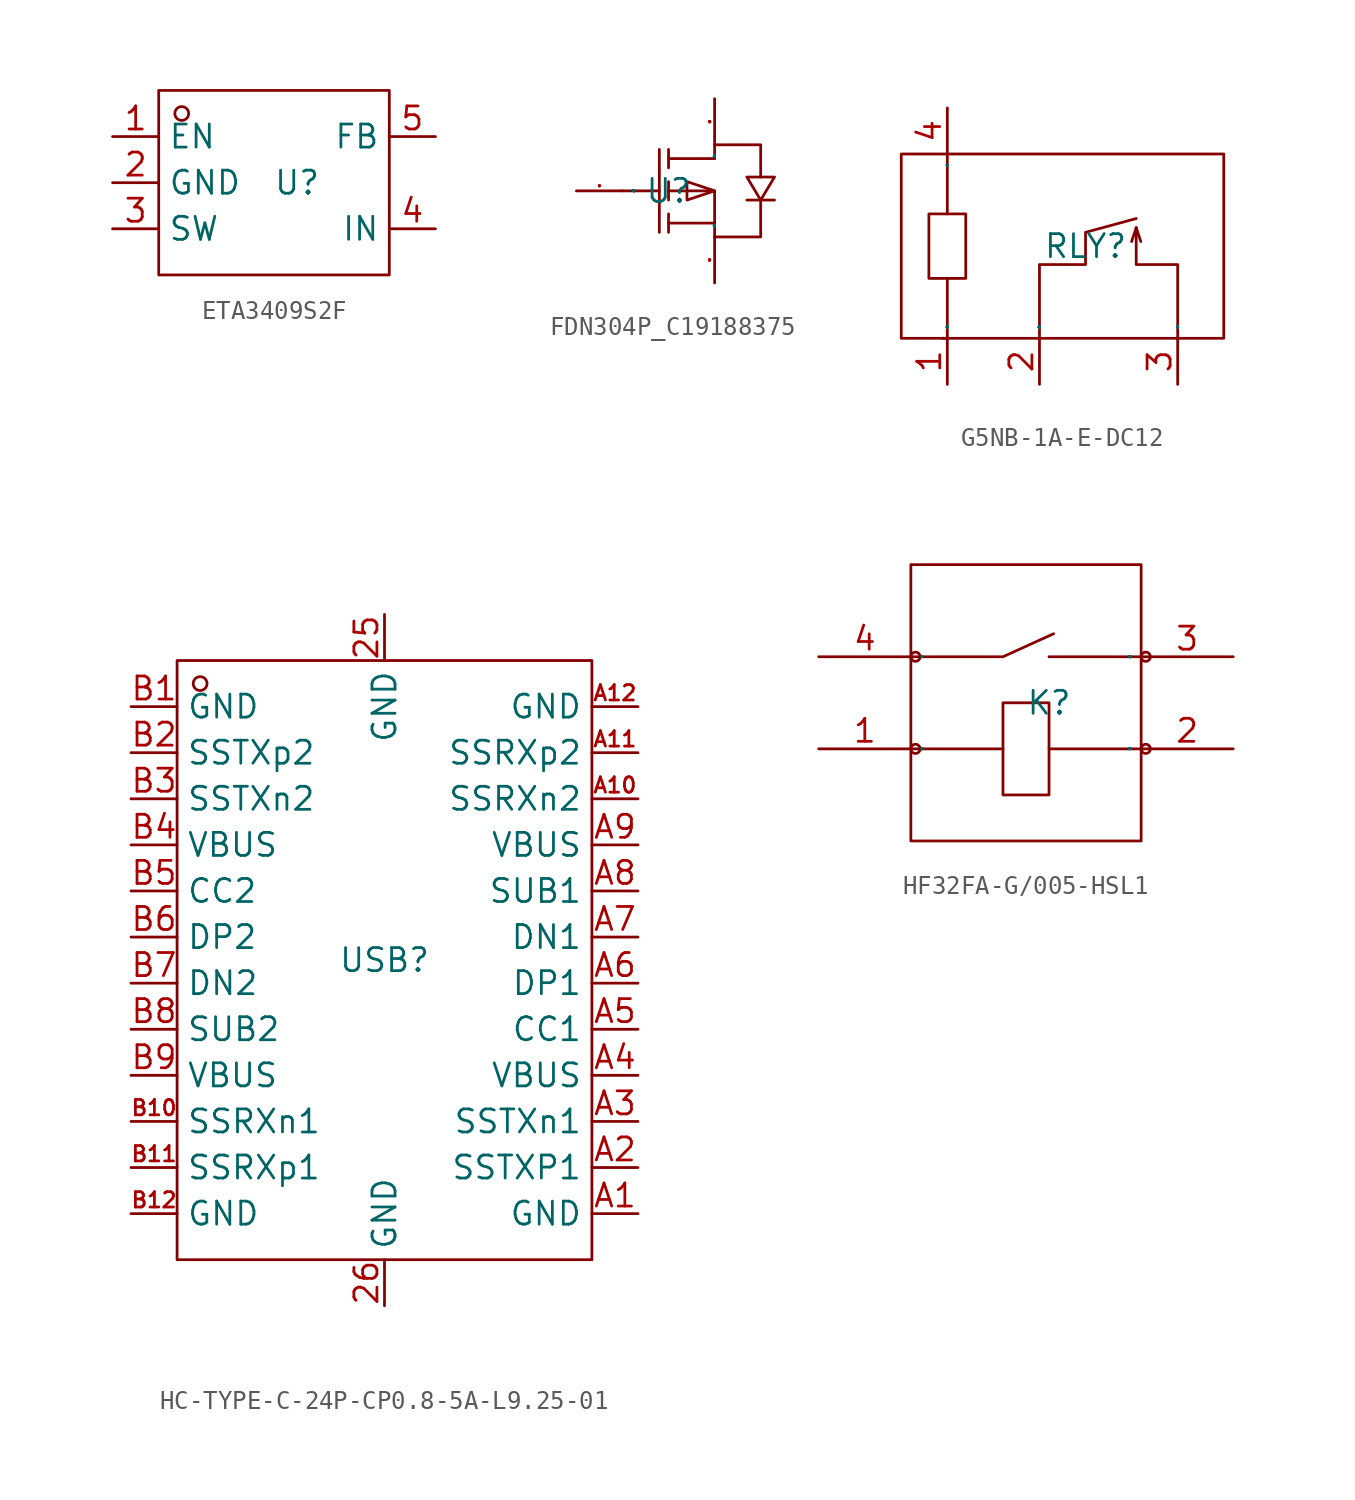
<source format=kicad_sym>
(kicad_symbol_lib
  (version 20231120)
  (generator "kicad_symbol_editor")
  (generator_version "8.0")
  (symbol "ETA3409S2F"
    (property "Reference" "U"
      (at 0 0 0)
      (effects (font (size 1.27 1.27))))
    (property "Value" ""
      (at 0 0 0)
      (effects (font (size 1.27 1.27))))
    (symbol "ETA3409S2F_1_0"
      (rectangle (start -7.62 -5.08) (end 5.08 5.08) (stroke (width 0) (type default)) (fill (type none)))
      (circle (center -6.35 3.81) (radius 0.381) (stroke (width 0) (type default)) (fill (type none)))
      (pin input line (at -10.16 2.54 0) (length 2.54) (name "EN" (effects (font (size 1.27 1.27)))) (number "1" (effects (font (size 1.27 1.27)))))
      (pin input line (at -10.16 0 0) (length 2.54) (name "GND" (effects (font (size 1.27 1.27)))) (number "2" (effects (font (size 1.27 1.27)))))
      (pin input line (at -10.16 -2.54 0) (length 2.54) (name "SW" (effects (font (size 1.27 1.27)))) (number "3" (effects (font (size 1.27 1.27)))))
      (pin input line (at 7.62 -2.54 180) (length 2.54) (name "IN" (effects (font (size 1.27 1.27)))) (number "4" (effects (font (size 1.27 1.27)))))
      (pin input line (at 7.62 2.54 180) (length 2.54) (name "FB" (effects (font (size 1.27 1.27)))) (number "5" (effects (font (size 1.27 1.27)))))))
  (symbol "FDN304P_C19188375"
    (property "Reference" "U"
      (at 0 0 0)
      (effects (font (size 1.27 1.27))))
    (property "Value" ""
      (at 0 0 0)
      (effects (font (size 1.27 1.27))))
    (symbol "FDN304P_C19188375_1_0"
      (polyline (pts (xy -2.54 0) (xy -0.508 0)) (stroke (width 0) (type default)) (fill (type none)))
      (polyline (pts (xy -0.508 2.286) (xy -0.508 -2.286)) (stroke (width 0) (type default)) (fill (type none)))
      (polyline (pts (xy 0 -2.286) (xy 0 -1.27)) (stroke (width 0) (type default)) (fill (type none)))
      (polyline (pts (xy 0 -0.508) (xy 0 0.508)) (stroke (width 0) (type default)) (fill (type none)))
      (polyline (pts (xy 0 1.27) (xy 0 2.286)) (stroke (width 0) (type default)) (fill (type none)))
      (polyline (pts (xy 2.54 -1.778) (xy 0 -1.778)) (stroke (width 0) (type default)) (fill (type none)))
      (polyline (pts (xy 2.54 1.778) (xy 0 1.778)) (stroke (width 0) (type default)) (fill (type none)))
      (polyline (pts (xy 0 0) (xy 2.54 0) (xy 2.54 0) (xy 2.54 -2.54)) (stroke (width 0) (type default)) (fill (type none)))
      (polyline (pts (xy 2.54 -2.54) (xy 5.08 -2.54) (xy 5.08 -2.54) (xy 5.08 -0.508)) (stroke (width 0) (type default)) (fill (type none)))
      (polyline (pts (xy 2.54 0) (xy 1.016 0.508) (xy 1.016 0.508) (xy 1.016 -0.508) (xy 1.016 -0.508) (xy 2.54 0)) (stroke (width 0) (type default)) (fill (type none)))
      (polyline (pts (xy 2.54 1.778) (xy 2.54 2.54) (xy 2.54 2.54) (xy 5.08 2.54) (xy 5.08 2.54) (xy 5.08 0.762)) (stroke (width 0) (type default)) (fill (type none)))
      (polyline (pts (xy 5.08 -0.508) (xy 5.842 0.762) (xy 5.842 0.762) (xy 4.318 0.762) (xy 4.318 0.762) (xy 5.08 -0.508)) (stroke (width 0) (type default)) (fill (type none)))
      (polyline (pts (xy 5.842 -0.508) (xy 5.588 -0.508) (xy 5.588 -0.508) (xy 4.572 -0.508) (xy 4.572 -0.508) (xy 4.318 -0.508)) (stroke (width 0) (type default)) (fill (type none)))
      (pin input line (at -5.08 0 0) (length 2.54) (name "G" (effects (font (size 0.025 0.025)))) (number "1" (effects (font (size 0.025 0.025)))))
      (pin input line (at 2.54 -5.08 90) (length 2.54) (name "S" (effects (font (size 0.025 0.025)))) (number "2" (effects (font (size 0.025 0.025)))))
      (pin input line (at 2.54 5.08 270) (length 2.54) (name "D" (effects (font (size 0.025 0.025)))) (number "3" (effects (font (size 0.025 0.025)))))))
  (symbol "G5NB-1A-E-DC12"
    (property "Reference" "RLY"
      (at 0 0 0)
      (effects (font (size 1.27 1.27))))
    (property "Value" ""
      (at 0 0 0)
      (effects (font (size 1.27 1.27))))
    (symbol "G5NB-1A-E-DC12_1_0"
      (rectangle (start -10.16 -5.08) (end 7.62 5.08) (stroke (width 0) (type default)) (fill (type none)))
      (rectangle (start -8.636 -1.778) (end -6.604 1.778) (stroke (width 0) (type default)) (fill (type none)))
      (polyline (pts (xy -7.62 1.778) (xy -7.62 5.08)) (stroke (width 0) (type default)) (fill (type none)))
      (polyline (pts (xy 2.794 1.016) (xy 2.54 0.254)) (stroke (width 0) (type default)) (fill (type none)))
      (polyline (pts (xy 2.794 1.016) (xy 3.048 0.254)) (stroke (width 0) (type default)) (fill (type none)))
      (polyline (pts (xy -7.62 -1.778) (xy -7.62 -5.08) (xy -7.62 -5.08) (xy -7.874 -5.08)) (stroke (width 0) (type default)) (fill (type none)))
      (polyline (pts (xy 5.08 -5.08) (xy 5.08 -1.016) (xy 5.08 -1.016) (xy 2.794 -1.016) (xy 2.794 -1.016) (xy 2.794 1.016)) (stroke (width 0) (type default)) (fill (type none)))
      (polyline (pts (xy -2.54 -5.08) (xy -2.54 -1.016) (xy -2.54 -1.016) (xy 0 -1.016) (xy 0 -1.016) (xy 0 0.762) (xy 0 0.762) (xy 2.794 1.524)) (stroke (width 0) (type default)) (fill (type none)))
      (pin input line (at -7.62 -7.62 90) (length 2.54) (name "1" (effects (font (size 0.025 0.025)))) (number "1" (effects (font (size 1.27 1.27)))))
      (pin input line (at -2.54 -7.62 90) (length 2.54) (name "2" (effects (font (size 0.025 0.025)))) (number "2" (effects (font (size 1.27 1.27)))))
      (pin input line (at 5.08 -7.62 90) (length 2.54) (name "3" (effects (font (size 0.025 0.025)))) (number "3" (effects (font (size 1.27 1.27)))))
      (pin input line (at -7.62 7.62 270) (length 2.54) (name "4" (effects (font (size 0.025 0.025)))) (number "4" (effects (font (size 1.27 1.27)))))))
  (symbol "HC-TYPE-C-24P-CP0.8-5A-L9.25-01"
    (property "Reference" "USB"
      (at 0 0 0)
      (effects (font (size 1.27 1.27))))
    (property "Value" ""
      (at 0 0 0)
      (effects (font (size 1.27 1.27))))
    (symbol "HC-TYPE-C-24P-CP0.8-5A-L9.25-01_1_0"
      (rectangle (start -11.43 -16.51) (end 11.43 16.51) (stroke (width 0) (type default)) (fill (type none)))
      (circle (center -10.16 15.24) (radius 0.381) (stroke (width 0) (type default)) (fill (type none)))
      (pin unspecified line (at 0 19.05 270) (length 2.54) (name "GND" (effects (font (size 1.27 1.27)))) (number "25" (effects (font (size 1.27 1.27)))))
      (pin unspecified line (at 0 -19.05 90) (length 2.54) (name "GND" (effects (font (size 1.27 1.27)))) (number "26" (effects (font (size 1.27 1.27)))))
      (pin unspecified line (at 13.97 -13.97 180) (length 2.54) (name "GND" (effects (font (size 1.27 1.27)))) (number "A1" (effects (font (size 1.27 1.27)))))
      (pin unspecified line (at 13.97 8.89 180) (length 2.54) (name "SSRXn2" (effects (font (size 1.27 1.27)))) (number "A10" (effects (font (size 0.847 0.847)))))
      (pin unspecified line (at 13.97 11.43 180) (length 2.54) (name "SSRXp2" (effects (font (size 1.27 1.27)))) (number "A11" (effects (font (size 0.847 0.847)))))
      (pin unspecified line (at 13.97 13.97 180) (length 2.54) (name "GND" (effects (font (size 1.27 1.27)))) (number "A12" (effects (font (size 0.847 0.847)))))
      (pin unspecified line (at 13.97 -11.43 180) (length 2.54) (name "SSTXP1" (effects (font (size 1.27 1.27)))) (number "A2" (effects (font (size 1.27 1.27)))))
      (pin unspecified line (at 13.97 -8.89 180) (length 2.54) (name "SSTXn1" (effects (font (size 1.27 1.27)))) (number "A3" (effects (font (size 1.27 1.27)))))
      (pin unspecified line (at 13.97 -6.35 180) (length 2.54) (name "VBUS" (effects (font (size 1.27 1.27)))) (number "A4" (effects (font (size 1.27 1.27)))))
      (pin unspecified line (at 13.97 -3.81 180) (length 2.54) (name "CC1" (effects (font (size 1.27 1.27)))) (number "A5" (effects (font (size 1.27 1.27)))))
      (pin unspecified line (at 13.97 -1.27 180) (length 2.54) (name "DP1" (effects (font (size 1.27 1.27)))) (number "A6" (effects (font (size 1.27 1.27)))))
      (pin unspecified line (at 13.97 1.27 180) (length 2.54) (name "DN1" (effects (font (size 1.27 1.27)))) (number "A7" (effects (font (size 1.27 1.27)))))
      (pin unspecified line (at 13.97 3.81 180) (length 2.54) (name "SUB1" (effects (font (size 1.27 1.27)))) (number "A8" (effects (font (size 1.27 1.27)))))
      (pin unspecified line (at 13.97 6.35 180) (length 2.54) (name "VBUS" (effects (font (size 1.27 1.27)))) (number "A9" (effects (font (size 1.27 1.27)))))
      (pin unspecified line (at -13.97 13.97 0) (length 2.54) (name "GND" (effects (font (size 1.27 1.27)))) (number "B1" (effects (font (size 1.27 1.27)))))
      (pin unspecified line (at -13.97 -8.89 0) (length 2.54) (name "SSRXn1" (effects (font (size 1.27 1.27)))) (number "B10" (effects (font (size 0.847 0.847)))))
      (pin unspecified line (at -13.97 -11.43 0) (length 2.54) (name "SSRXp1" (effects (font (size 1.27 1.27)))) (number "B11" (effects (font (size 0.847 0.847)))))
      (pin unspecified line (at -13.97 -13.97 0) (length 2.54) (name "GND" (effects (font (size 1.27 1.27)))) (number "B12" (effects (font (size 0.847 0.847)))))
      (pin unspecified line (at -13.97 11.43 0) (length 2.54) (name "SSTXp2" (effects (font (size 1.27 1.27)))) (number "B2" (effects (font (size 1.27 1.27)))))
      (pin unspecified line (at -13.97 8.89 0) (length 2.54) (name "SSTXn2" (effects (font (size 1.27 1.27)))) (number "B3" (effects (font (size 1.27 1.27)))))
      (pin unspecified line (at -13.97 6.35 0) (length 2.54) (name "VBUS" (effects (font (size 1.27 1.27)))) (number "B4" (effects (font (size 1.27 1.27)))))
      (pin unspecified line (at -13.97 3.81 0) (length 2.54) (name "CC2" (effects (font (size 1.27 1.27)))) (number "B5" (effects (font (size 1.27 1.27)))))
      (pin unspecified line (at -13.97 1.27 0) (length 2.54) (name "DP2" (effects (font (size 1.27 1.27)))) (number "B6" (effects (font (size 1.27 1.27)))))
      (pin unspecified line (at -13.97 -1.27 0) (length 2.54) (name "DN2" (effects (font (size 1.27 1.27)))) (number "B7" (effects (font (size 1.27 1.27)))))
      (pin unspecified line (at -13.97 -3.81 0) (length 2.54) (name "SUB2" (effects (font (size 1.27 1.27)))) (number "B8" (effects (font (size 1.27 1.27)))))
      (pin unspecified line (at -13.97 -6.35 0) (length 2.54) (name "VBUS" (effects (font (size 1.27 1.27)))) (number "B9" (effects (font (size 1.27 1.27)))))))
  (symbol "HF32FA-G/005-HSL1"
    (property "Reference" "K"
      (at 0 0 0)
      (effects (font (size 1.27 1.27))))
    (property "Value" ""
      (at 0 0 0)
      (effects (font (size 1.27 1.27))))
    (symbol "HF32FA-G/005-HSL1_1_0"
      (rectangle (start -7.62 -7.62) (end 5.08 7.62) (stroke (width 0) (type default)) (fill (type none)))
      (circle (center -7.366 -2.54) (radius 0.254) (stroke (width 0) (type default)) (fill (type none)))
      (circle (center -7.366 2.54) (radius 0.254) (stroke (width 0) (type default)) (fill (type none)))
      (polyline (pts (xy -2.54 -2.54) (xy -7.62 -2.54)) (stroke (width 0) (type default)) (fill (type none)))
      (polyline (pts (xy 5.08 -2.54) (xy 0 -2.54)) (stroke (width 0) (type default)) (fill (type none)))
      (polyline (pts (xy 5.08 2.54) (xy 0 2.54)) (stroke (width 0) (type default)) (fill (type none)))
      (polyline (pts (xy -7.62 2.54) (xy -2.54 2.54) (xy -2.54 2.54) (xy 0.254 3.81)) (stroke (width 0) (type default)) (fill (type none)))
      (polyline (pts (xy -2.54 -5.08) (xy 0 -5.08) (xy 0 -5.08) (xy 0 0) (xy 0 0) (xy -2.54 0) (xy -2.54 0) (xy -2.54 -5.08)) (stroke (width 0) (type default)) (fill (type none)))
      (circle (center 5.334 -2.54) (radius 0.254) (stroke (width 0) (type default)) (fill (type none)))
      (circle (center 5.334 2.54) (radius 0.254) (stroke (width 0) (type default)) (fill (type none)))
      (pin input line (at -12.7 -2.54 0) (length 5.08) (name "1" (effects (font (size 0.025 0.025)))) (number "1" (effects (font (size 1.27 1.27)))))
      (pin input line (at 10.16 -2.54 180) (length 5.08) (name "2" (effects (font (size 0.025 0.025)))) (number "2" (effects (font (size 1.27 1.27)))))
      (pin input line (at 10.16 2.54 180) (length 5.08) (name "3" (effects (font (size 0.025 0.025)))) (number "3" (effects (font (size 1.27 1.27)))))
      (pin input line (at -12.7 2.54 0) (length 5.08) (name "4" (effects (font (size 0.025 0.025)))) (number "4" (effects (font (size 1.27 1.27))))))))
</source>
